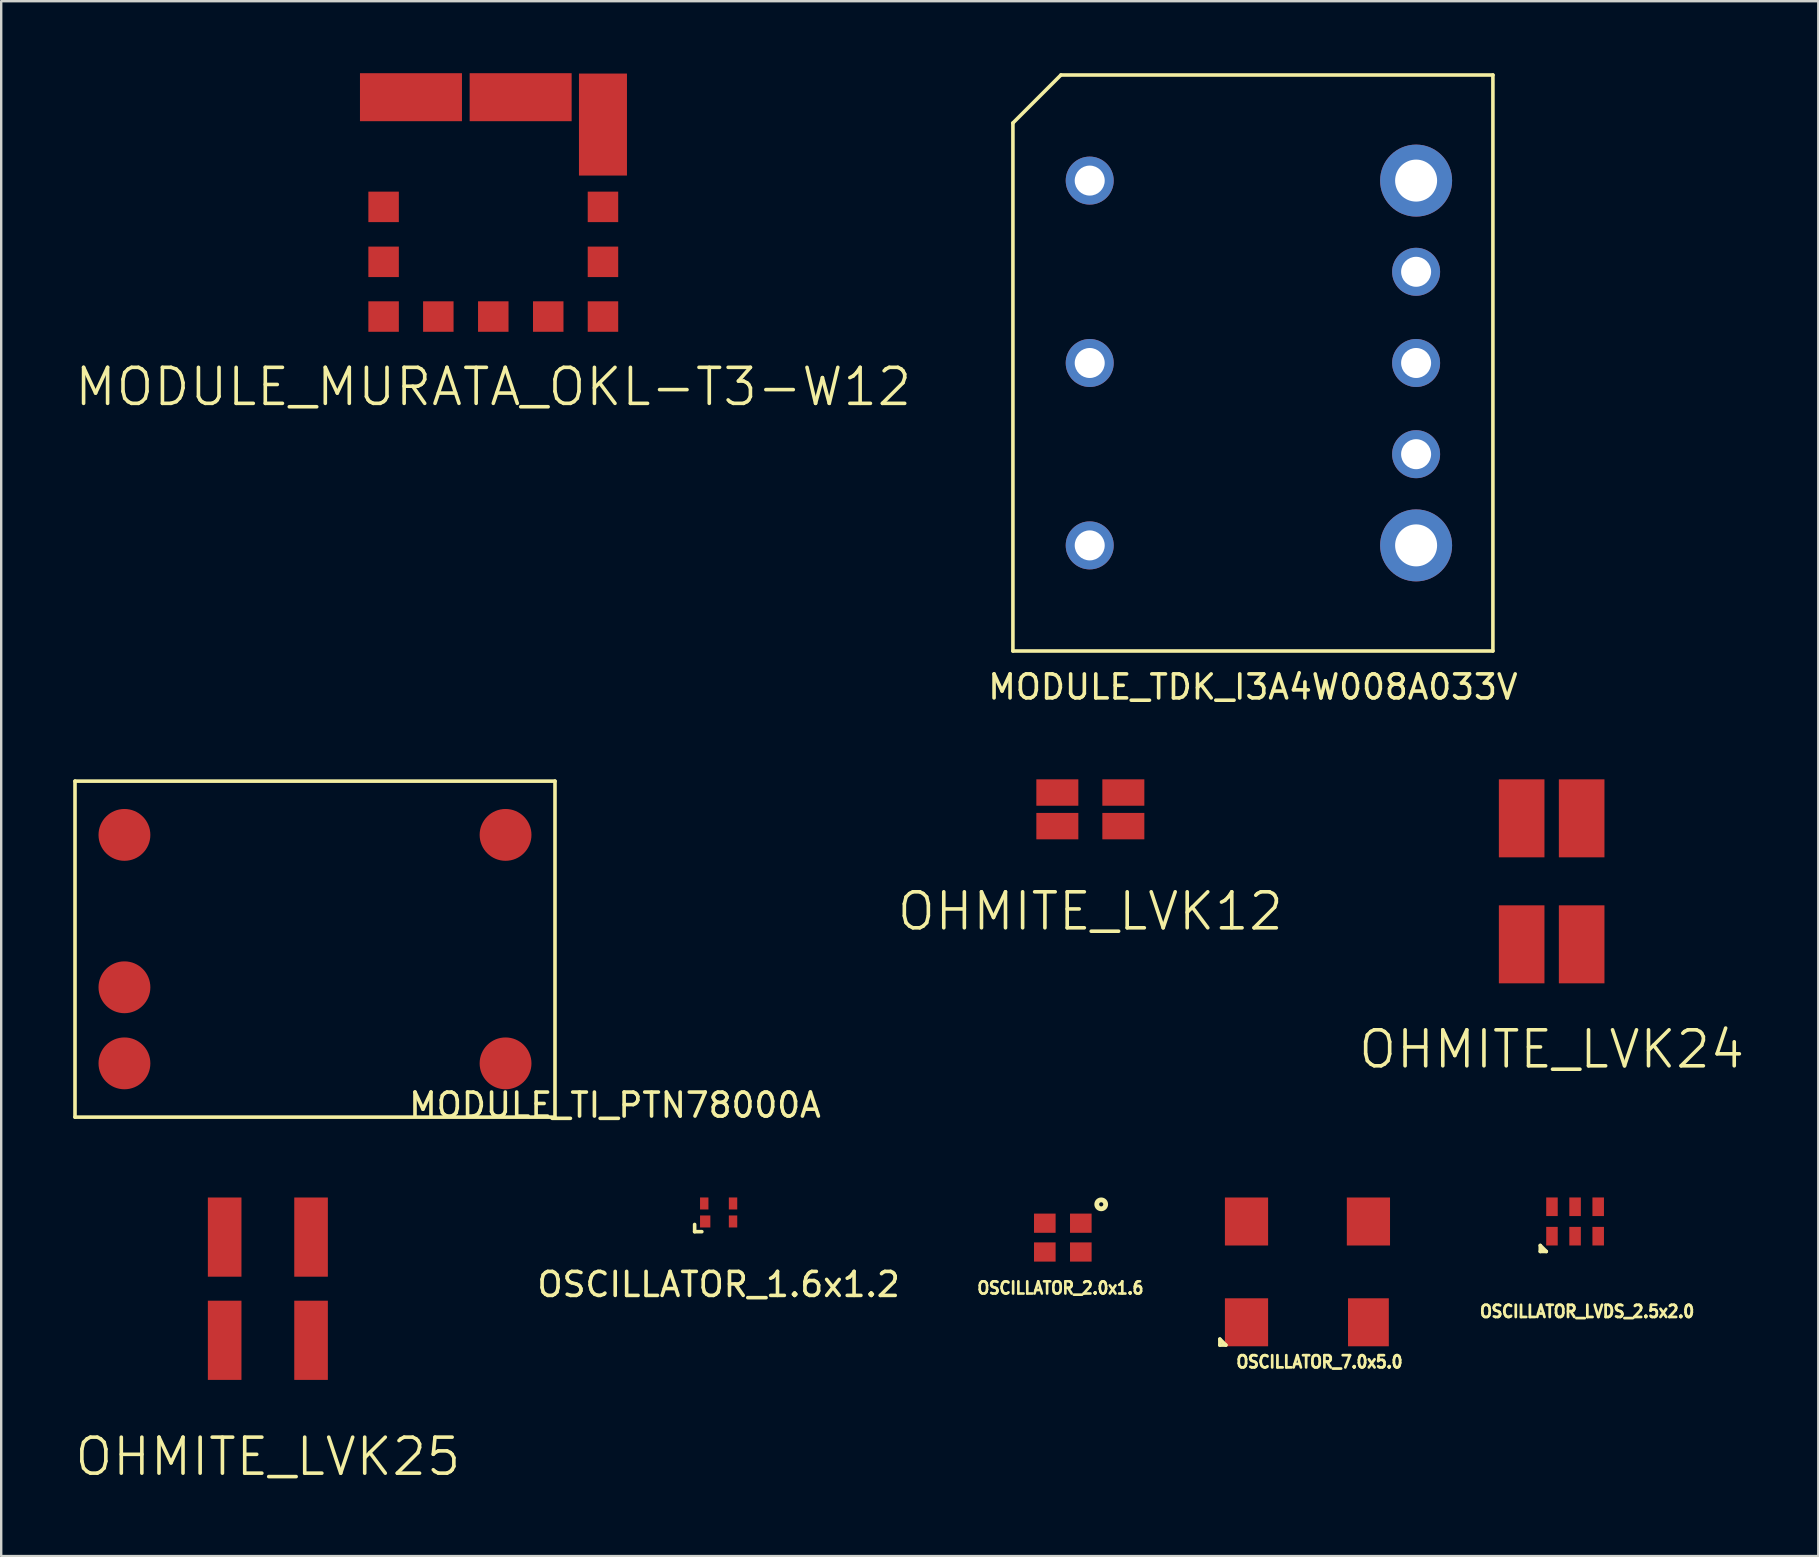
<source format=kicad_pcb>
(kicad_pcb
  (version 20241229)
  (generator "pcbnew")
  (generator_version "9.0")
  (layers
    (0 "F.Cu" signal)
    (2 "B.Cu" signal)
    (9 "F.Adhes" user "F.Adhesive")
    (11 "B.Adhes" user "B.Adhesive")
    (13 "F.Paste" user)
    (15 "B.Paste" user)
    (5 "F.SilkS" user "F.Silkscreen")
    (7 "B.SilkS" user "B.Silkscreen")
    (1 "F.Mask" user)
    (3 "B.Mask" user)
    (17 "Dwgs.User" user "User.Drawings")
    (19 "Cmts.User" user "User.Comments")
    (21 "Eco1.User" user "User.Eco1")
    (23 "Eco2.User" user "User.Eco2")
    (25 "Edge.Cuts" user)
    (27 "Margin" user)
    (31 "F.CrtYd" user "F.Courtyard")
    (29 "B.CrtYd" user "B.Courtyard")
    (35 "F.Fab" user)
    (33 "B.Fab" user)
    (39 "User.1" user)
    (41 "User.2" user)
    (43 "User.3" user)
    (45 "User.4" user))
  (footprint "MODULE_MURATA_OKL-T3-W12"
    (layer "F.Cu")
    (at 17.504 5.57)
    (property "Reference" "MODULE_MURATA_OKL-T3-W12" (at 0 7.5 0) (layer "F.SilkS") (effects (font (size 1.5 1.5) (thickness 0.15))))
    (attr through_hole)
    (pad "1" smd rect (at -4.57 0) (size 1.27 1.27) (layers "F.Cu" "F.Mask" "F.Paste"))
    (pad "2" smd rect (at -3.43 -4.57 90) (size 2 4.25) (layers "F.Cu" "F.Mask" "F.Paste"))
    (pad "3" smd rect (at 1.14 -4.57 90) (size 2 4.25) (layers "F.Cu" "F.Mask" "F.Paste"))
    (pad "4" smd rect (at 4.57 -3.43) (size 2 4.25) (layers "F.Cu" "F.Mask" "F.Paste"))
    (pad "5" smd rect (at 4.57 0) (size 1.27 1.27) (layers "F.Cu" "F.Mask" "F.Paste"))
    (pad "6" smd rect (at 4.57 4.57) (size 1.27 1.27) (layers "F.Cu" "F.Mask" "F.Paste"))
    (pad "7" smd rect (at 0 4.57) (size 1.27 1.27) (layers "F.Cu" "F.Mask" "F.Paste"))
    (pad "8" smd rect (at -2.29 4.57) (size 1.27 1.27) (layers "F.Cu" "F.Mask" "F.Paste"))
    (pad "9" smd rect (at -4.57 4.57) (size 1.27 1.27) (layers "F.Cu" "F.Mask" "F.Paste"))
    (pad "10" smd rect (at -4.57 2.29) (size 1.27 1.27) (layers "F.Cu" "F.Mask" "F.Paste"))
    (pad "11" smd rect (at 4.57 2.29) (size 1.27 1.27) (layers "F.Cu" "F.Mask" "F.Paste"))
    (pad "12" smd rect (at 2.29 4.57) (size 1.27 1.27) (layers "F.Cu" "F.Mask" "F.Paste")))
  (footprint "OHMITE_LVK25"
    (layer "F.Cu")
    (at 8.111 50.647)
    (property "Reference" "OHMITE_LVK25" (at 0 7 0) (layer "F.SilkS") (effects (font (size 1.5 1.5) (thickness 0.15))))
    (attr through_hole)
    (pad "1" smd rect (at -1.8 -2.15) (size 1.4 3.3) (layers "F.Cu" "F.Mask" "F.Paste"))
    (pad "2" smd rect (at -1.8 2.15) (size 1.4 3.3) (layers "F.Cu" "F.Mask" "F.Paste"))
    (pad "3" smd rect (at 1.8 -2.15) (size 1.4 3.3) (layers "F.Cu" "F.Mask" "F.Paste"))
    (pad "4" smd rect (at 1.8 2.15) (size 1.4 3.3) (layers "F.Cu" "F.Mask" "F.Paste")))
  (footprint "OSCILLATOR_2.0x1.6"
    (layer "F.Cu")
    (at 41.235 48.518)
    (property "Reference" "OSCILLATOR_2.0x1.6" (at -0.1 2.1 0) (layer "F.SilkS") (effects (font (size 0.508 0.457) (thickness 0.11))))
    (attr through_hole)
    (fp_circle (center 1.6 -1.386) (end 1.6 -1.2) (stroke (width 0.2) (type solid)) (fill no) (layer "F.SilkS"))
    (pad "1" smd rect (at 0.75 -0.6) (size 0.9 0.8) (layers "F.Cu" "F.Mask" "F.Paste"))
    (pad "2" smd rect (at -0.75 -0.6) (size 0.9 0.8) (layers "F.Cu" "F.Mask" "F.Paste"))
    (pad "3" smd rect (at -0.75 0.6) (size 0.9 0.8) (layers "F.Cu" "F.Mask" "F.Paste"))
    (pad "4" smd rect (at 0.75 0.6) (size 0.9 0.8) (layers "F.Cu" "F.Mask" "F.Paste")))
  (footprint "OHMITE_LVK24"
    (layer "F.Cu")
    (at 61.604 33.673)
    (property "Reference" "OHMITE_LVK24" (at 0 7 0) (layer "F.SilkS") (effects (font (size 1.5 1.5) (thickness 0.15))))
    (attr through_hole)
    (pad "1" smd rect (at -1.25 -2.625) (size 1.9 3.25) (layers "F.Cu" "F.Mask" "F.Paste"))
    (pad "2" smd rect (at 1.25 -2.625) (size 1.9 3.25) (layers "F.Cu" "F.Mask" "F.Paste"))
    (pad "3" smd rect (at -1.25 2.625) (size 1.9 3.25) (layers "F.Cu" "F.Mask" "F.Paste"))
    (pad "4" smd rect (at 1.25 2.625) (size 1.9 3.25) (layers "F.Cu" "F.Mask" "F.Paste")))
  (footprint "OSCILLATOR_1.6x1.2"
    (layer "F.Cu")
    (at 26.894 47.471)
    (property "Reference" "OSCILLATOR_1.6x1.2" (at 0 3 0) (layer "F.SilkS") (effects (font (size 1 1) (thickness 0.15))))
    (attr through_hole)
    (fp_line (start -1 0.5) (end -1 0.8) (stroke (width 0.15) (type solid)) (layer "F.SilkS"))
    (fp_line (start -1 0.8) (end -0.7 0.8) (stroke (width 0.15) (type solid)) (layer "F.SilkS"))
    (pad "1" smd rect (at -0.56 0.375) (size 0.43 0.5) (layers "F.Cu" "F.Mask" "F.Paste"))
    (pad "2" smd rect (at 0.6 0.375) (size 0.35 0.5) (layers "F.Cu" "F.Mask" "F.Paste"))
    (pad "3" smd rect (at 0.6 -0.375) (size 0.35 0.5) (layers "F.Cu" "F.Mask" "F.Paste"))
    (pad "4" smd rect (at -0.6 -0.375) (size 0.35 0.5) (layers "F.Cu" "F.Mask" "F.Paste")))
  (footprint "OSCILLATOR_7.0x5.0"
    (layer "F.Cu")
    (at 51.429 49.947)
    (property "Reference" "OSCILLATOR_7.0x5.0" (at 0.5 3.75 0) (layer "F.SilkS") (effects (font (size 0.508 0.457) (thickness 0.114))))
    (attr through_hole)
    (fp_line (start -3.65 2.8) (end -3.4 3.05) (stroke (width 0.15) (type solid)) (layer "F.SilkS"))
    (fp_line (start -3.65 3.05) (end -3.65 2.8) (stroke (width 0.15) (type solid)) (layer "F.SilkS"))
    (fp_line (start -3.4 3.05) (end -3.65 3.05) (stroke (width 0.15) (type solid)) (layer "F.SilkS"))
    (pad "1" smd rect (at -2.54 2.1) (size 1.8 2) (layers "F.Cu" "F.Mask" "F.Paste"))
    (pad "2" smd rect (at 2.54 2.1) (size 1.7 2) (layers "F.Cu" "F.Mask" "F.Paste"))
    (pad "3" smd rect (at 2.54 -2.1) (size 1.8 2) (layers "F.Cu" "F.Mask" "F.Paste"))
    (pad "4" smd rect (at -2.54 -2.1) (size 1.8 2) (layers "F.Cu" "F.Mask" "F.Paste")))
  (footprint "MODULE_TDK_I3A4W008A033V"
    (layer "F.Cu")
    (at 49.156 12.075)
    (property "Reference" "MODULE_TDK_I3A4W008A033V" (at 0 13.5 0) (unlocked yes) (layer "F.SilkS") (effects (font (size 1 1) (thickness 0.15))))
    (attr through_hole)
    (fp_line (start -10 -10) (end -8 -12) (stroke (width 0.15) (type solid)) (layer "F.SilkS"))
    (fp_line (start -10 12) (end -10 -10) (stroke (width 0.15) (type solid)) (layer "F.SilkS"))
    (fp_line (start -8 -12) (end 10 -12) (stroke (width 0.15) (type solid)) (layer "F.SilkS"))
    (fp_line (start 10 -12) (end 10 12) (stroke (width 0.15) (type solid)) (layer "F.SilkS"))
    (fp_line (start 10 12) (end -10 12) (stroke (width 0.15) (type solid)) (layer "F.SilkS"))
    (pad "1" thru_hole circle (at -6.8 -7.6) (size 2 2) (drill 1.25) (layers "*.Cu" "*.Mask"))
    (pad "2" thru_hole circle (at -6.8 0) (size 2 2) (drill 1.25) (layers "*.Cu" "*.Mask"))
    (pad "3" thru_hole circle (at -6.8 7.6) (size 2 2) (drill 1.25) (layers "*.Cu" "*.Mask"))
    (pad "4" thru_hole circle (at 6.8 7.6) (size 3 3) (drill 1.75) (layers "*.Cu" "*.Mask"))
    (pad "5" thru_hole circle (at 6.8 3.8) (size 2 2) (drill 1.25) (layers "*.Cu" "*.Mask"))
    (pad "6" thru_hole circle (at 6.8 0) (size 2 2) (drill 1.25) (layers "*.Cu" "*.Mask"))
    (pad "7" thru_hole circle (at 6.8 -3.8) (size 2 2) (drill 1.25) (layers "*.Cu" "*.Mask"))
    (pad "8" thru_hole circle (at 6.8 -7.6) (size 3 3) (drill 1.75) (layers "*.Cu" "*.Mask")))
  (footprint "MODULE_TI_PTN78000A"
    (layer "F.Cu")
    (at 10.075 36.498)
    (property "Reference" "MODULE_TI_PTN78000A" (at 12.5 6.5 0) (layer "F.SilkS") (effects (font (size 1 1) (thickness 0.15))))
    (attr through_hole)
    (fp_line (start -10 -7) (end -10 7) (stroke (width 0.15) (type solid)) (layer "F.SilkS"))
    (fp_line (start -10 7) (end 10 7) (stroke (width 0.15) (type solid)) (layer "F.SilkS"))
    (fp_line (start 10 -7) (end -10 -7) (stroke (width 0.15) (type solid)) (layer "F.SilkS"))
    (fp_line (start 10 7) (end 10 -7) (stroke (width 0.15) (type solid)) (layer "F.SilkS"))
    (pad "1" smd circle (at -7.94 -4.76) (size 2.16 2.16) (layers "F.Cu" "F.Mask" "F.Paste"))
    (pad "2" smd circle (at -7.94 1.59) (size 2.16 2.16) (layers "F.Cu" "F.Mask" "F.Paste"))
    (pad "3" smd circle (at -7.94 4.76) (size 2.16 2.16) (layers "F.Cu" "F.Mask" "F.Paste"))
    (pad "4" smd circle (at 7.94 4.76) (size 2.16 2.16) (layers "F.Cu" "F.Mask" "F.Paste"))
    (pad "5" smd circle (at 7.94 -4.76) (size 2.16 2.16) (layers "F.Cu" "F.Mask" "F.Paste")))
  (footprint "OSCILLATOR_LVDS_2.5x2.0"
    (layer "F.Cu")
    (at 62.58 47.846)
    (property "Reference" "OSCILLATOR_LVDS_2.5x2.0" (at 0.5 3.75 0) (layer "F.SilkS") (effects (font (size 0.508 0.457) (thickness 0.114))))
    (attr through_hole)
    (fp_line (start -1.45 1) (end -1.2 1.25) (stroke (width 0.15) (type solid)) (layer "F.SilkS"))
    (fp_line (start -1.45 1.25) (end -1.45 1) (stroke (width 0.15) (type solid)) (layer "F.SilkS"))
    (fp_line (start -1.2 1.25) (end -1.45 1.25) (stroke (width 0.15) (type solid)) (layer "F.SilkS"))
    (pad "1" smd rect (at -0.963 0.613) (size 0.48 0.775) (layers "F.Cu" "F.Mask" "F.Paste"))
    (pad "2" smd rect (at 0 0.613) (size 0.48 0.775) (layers "F.Cu" "F.Mask" "F.Paste"))
    (pad "3" smd rect (at 0.963 0.613) (size 0.48 0.775) (layers "F.Cu" "F.Mask" "F.Paste"))
    (pad "4" smd rect (at 0.963 -0.613) (size 0.48 0.775) (layers "F.Cu" "F.Mask" "F.Paste"))
    (pad "5" smd rect (at 0 -0.613) (size 0.48 0.775) (layers "F.Cu" "F.Mask" "F.Paste"))
    (pad "6" smd rect (at -0.963 -0.613) (size 0.48 0.775) (layers "F.Cu" "F.Mask" "F.Paste")))
  (footprint "OHMITE_LVK12"
    (layer "F.Cu")
    (at 42.382 30.673)
    (property "Reference" "OHMITE_LVK12" (at 0 4.25 0) (layer "F.SilkS") (effects (font (size 1.5 1.5) (thickness 0.15))))
    (attr through_hole)
    (pad "1" smd rect (at -1.375 -0.7) (size 1.75 1.1) (layers "F.Cu" "F.Mask" "F.Paste"))
    (pad "2" smd rect (at -1.375 0.7) (size 1.75 1.1) (layers "F.Cu" "F.Mask" "F.Paste"))
    (pad "3" smd rect (at 1.375 -0.7) (size 1.75 1.1) (layers "F.Cu" "F.Mask" "F.Paste"))
    (pad "4" smd rect (at 1.375 0.7) (size 1.75 1.1) (layers "F.Cu" "F.Mask" "F.Paste")))
  (gr_rect
    (start -3 -3)
    (end 72.714 61.787)
    (stroke (width 0.1) (type default))
    (fill no)
    (layer "Edge.Cuts")))
</source>
